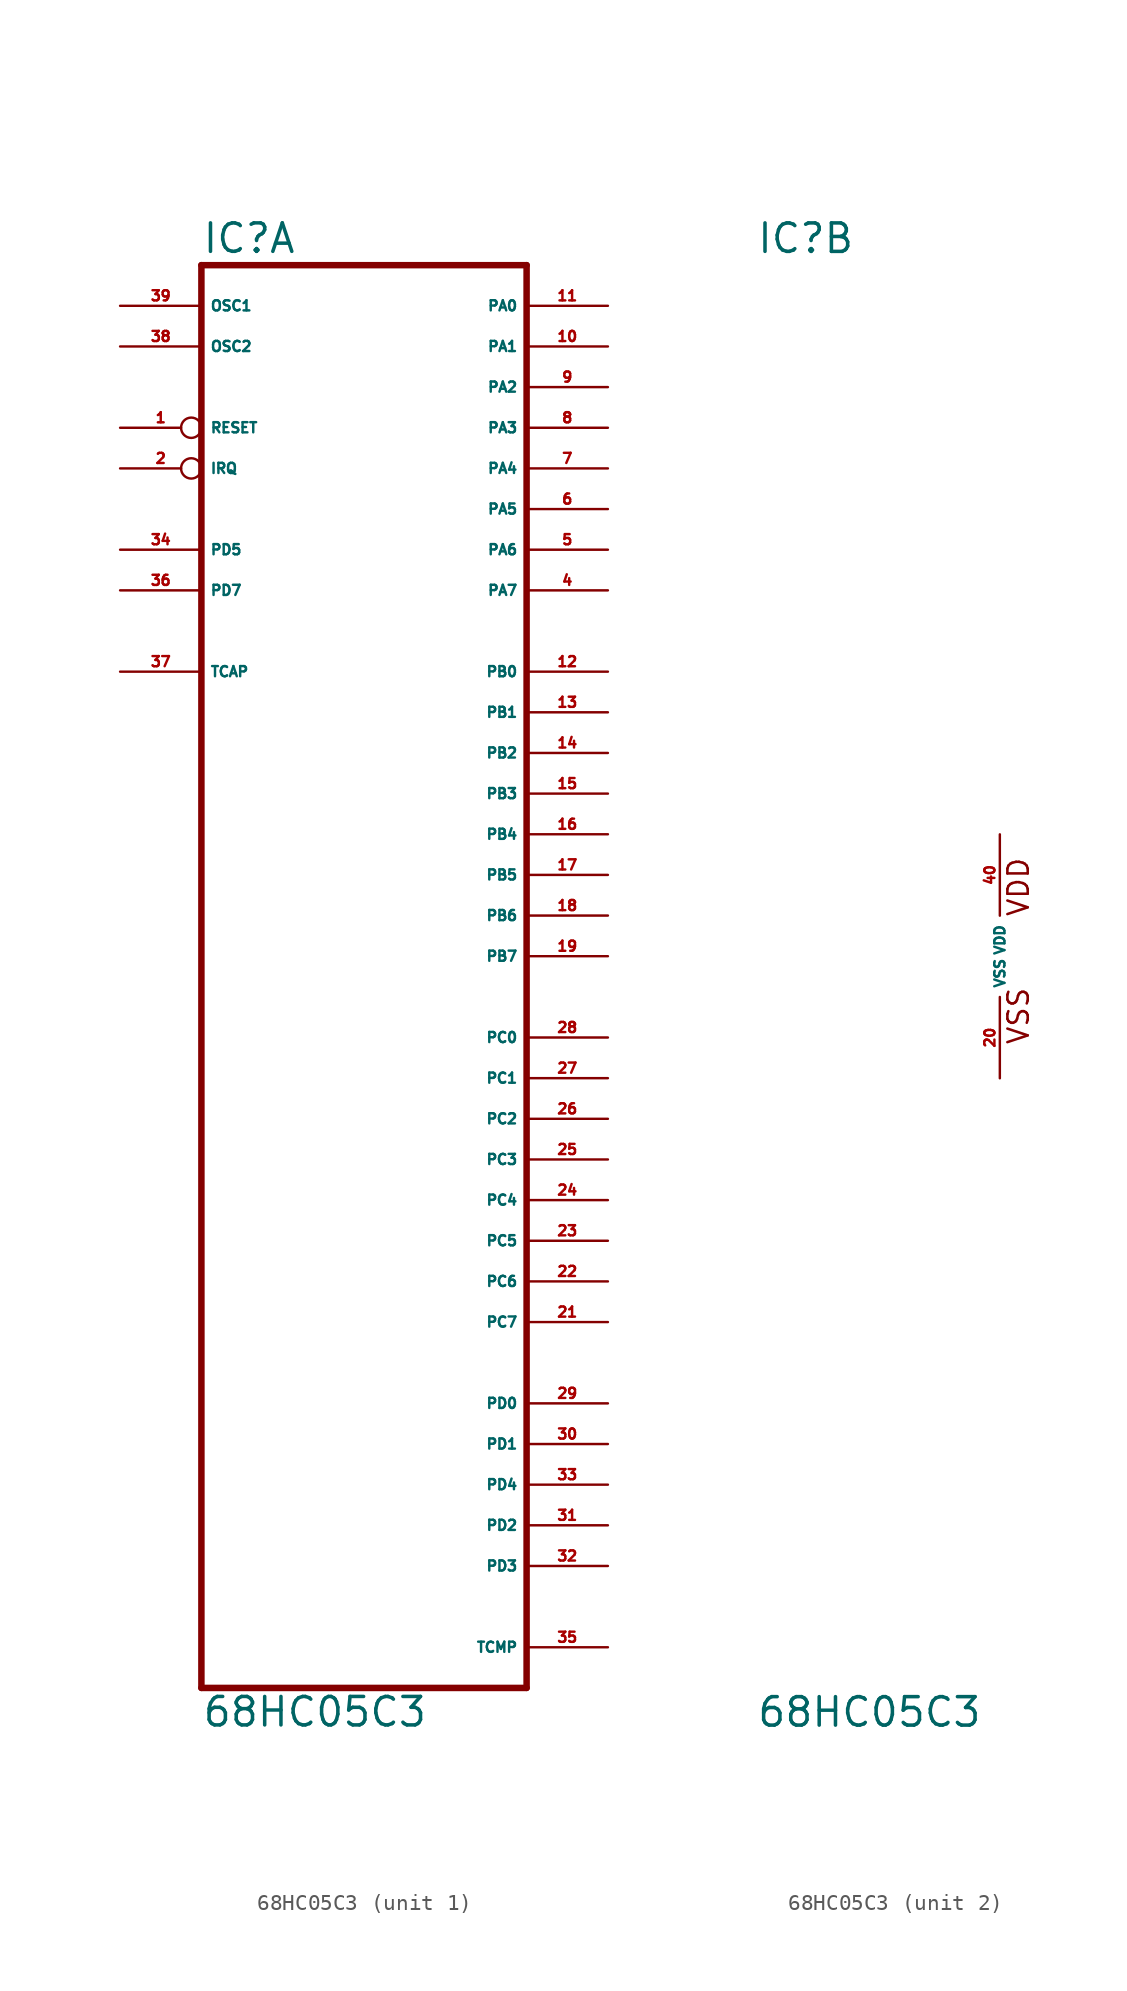
<source format=kicad_sym>
(kicad_symbol_lib
  (version 20220914)
  (generator Eagle2Kicad)
  (symbol "68HC05C3"
    (property "Reference" "IC"
      (at -15.24 43.815 0)
      (effects (font (size 1.778 1.778) (thickness 0.22)) (justify left bottom)))
    (property "Value" "68HC05C3"
      (at -15.24 -48.26 0)
      (effects (font (size 1.778 1.778) (thickness 0.22)) (justify left bottom)))
    (symbol "68HC05C3_1_0"
      (polyline (pts (xy -15.24 -45.72) (xy 5.08 -45.72)) (stroke (width 0.406) (type default)) (fill (type none)))
      (polyline (pts (xy 5.08 -45.72) (xy 5.08 43.18)) (stroke (width 0.406) (type default)) (fill (type none)))
      (polyline (pts (xy 5.08 43.18) (xy -15.24 43.18)) (stroke (width 0.406) (type default)) (fill (type none)))
      (polyline (pts (xy -15.24 43.18) (xy -15.24 -45.72)) (stroke (width 0.406) (type default)) (fill (type none)))
      (pin input inverted (at -20.32 33.02 0) (length 5.08) (name "RESET" (effects (font (size 0.635 0.635) (thickness 0.08)) (justify left bottom))) (number "1" (effects (font (size 0.635 0.635) (thickness 0.08)) (justify left bottom))))
      (pin input inverted (at -20.32 30.48 0) (length 5.08) (name "IRQ" (effects (font (size 0.635 0.635) (thickness 0.08)) (justify left bottom))) (number "2" (effects (font (size 0.635 0.635) (thickness 0.08)) (justify left bottom))))
      (pin bidirectional line (at 10.16 22.86 180) (length 5.08) (name "PA7" (effects (font (size 0.635 0.635) (thickness 0.08)) (justify left bottom))) (number "4" (effects (font (size 0.635 0.635) (thickness 0.08)) (justify left bottom))))
      (pin bidirectional line (at 10.16 25.4 180) (length 5.08) (name "PA6" (effects (font (size 0.635 0.635) (thickness 0.08)) (justify left bottom))) (number "5" (effects (font (size 0.635 0.635) (thickness 0.08)) (justify left bottom))))
      (pin bidirectional line (at 10.16 27.94 180) (length 5.08) (name "PA5" (effects (font (size 0.635 0.635) (thickness 0.08)) (justify left bottom))) (number "6" (effects (font (size 0.635 0.635) (thickness 0.08)) (justify left bottom))))
      (pin bidirectional line (at 10.16 30.48 180) (length 5.08) (name "PA4" (effects (font (size 0.635 0.635) (thickness 0.08)) (justify left bottom))) (number "7" (effects (font (size 0.635 0.635) (thickness 0.08)) (justify left bottom))))
      (pin bidirectional line (at 10.16 33.02 180) (length 5.08) (name "PA3" (effects (font (size 0.635 0.635) (thickness 0.08)) (justify left bottom))) (number "8" (effects (font (size 0.635 0.635) (thickness 0.08)) (justify left bottom))))
      (pin bidirectional line (at 10.16 35.56 180) (length 5.08) (name "PA2" (effects (font (size 0.635 0.635) (thickness 0.08)) (justify left bottom))) (number "9" (effects (font (size 0.635 0.635) (thickness 0.08)) (justify left bottom))))
      (pin bidirectional line (at 10.16 38.1 180) (length 5.08) (name "PA1" (effects (font (size 0.635 0.635) (thickness 0.08)) (justify left bottom))) (number "10" (effects (font (size 0.635 0.635) (thickness 0.08)) (justify left bottom))))
      (pin bidirectional line (at 10.16 40.64 180) (length 5.08) (name "PA0" (effects (font (size 0.635 0.635) (thickness 0.08)) (justify left bottom))) (number "11" (effects (font (size 0.635 0.635) (thickness 0.08)) (justify left bottom))))
      (pin bidirectional line (at 10.16 17.78 180) (length 5.08) (name "PB0" (effects (font (size 0.635 0.635) (thickness 0.08)) (justify left bottom))) (number "12" (effects (font (size 0.635 0.635) (thickness 0.08)) (justify left bottom))))
      (pin bidirectional line (at 10.16 15.24 180) (length 5.08) (name "PB1" (effects (font (size 0.635 0.635) (thickness 0.08)) (justify left bottom))) (number "13" (effects (font (size 0.635 0.635) (thickness 0.08)) (justify left bottom))))
      (pin bidirectional line (at 10.16 12.7 180) (length 5.08) (name "PB2" (effects (font (size 0.635 0.635) (thickness 0.08)) (justify left bottom))) (number "14" (effects (font (size 0.635 0.635) (thickness 0.08)) (justify left bottom))))
      (pin bidirectional line (at 10.16 10.16 180) (length 5.08) (name "PB3" (effects (font (size 0.635 0.635) (thickness 0.08)) (justify left bottom))) (number "15" (effects (font (size 0.635 0.635) (thickness 0.08)) (justify left bottom))))
      (pin bidirectional line (at 10.16 7.62 180) (length 5.08) (name "PB4" (effects (font (size 0.635 0.635) (thickness 0.08)) (justify left bottom))) (number "16" (effects (font (size 0.635 0.635) (thickness 0.08)) (justify left bottom))))
      (pin bidirectional line (at 10.16 5.08 180) (length 5.08) (name "PB5" (effects (font (size 0.635 0.635) (thickness 0.08)) (justify left bottom))) (number "17" (effects (font (size 0.635 0.635) (thickness 0.08)) (justify left bottom))))
      (pin bidirectional line (at 10.16 2.54 180) (length 5.08) (name "PB6" (effects (font (size 0.635 0.635) (thickness 0.08)) (justify left bottom))) (number "18" (effects (font (size 0.635 0.635) (thickness 0.08)) (justify left bottom))))
      (pin bidirectional line (at 10.16 0 180) (length 5.08) (name "PB7" (effects (font (size 0.635 0.635) (thickness 0.08)) (justify left bottom))) (number "19" (effects (font (size 0.635 0.635) (thickness 0.08)) (justify left bottom))))
      (pin bidirectional line (at 10.16 -22.86 180) (length 5.08) (name "PC7" (effects (font (size 0.635 0.635) (thickness 0.08)) (justify left bottom))) (number "21" (effects (font (size 0.635 0.635) (thickness 0.08)) (justify left bottom))))
      (pin bidirectional line (at 10.16 -20.32 180) (length 5.08) (name "PC6" (effects (font (size 0.635 0.635) (thickness 0.08)) (justify left bottom))) (number "22" (effects (font (size 0.635 0.635) (thickness 0.08)) (justify left bottom))))
      (pin bidirectional line (at 10.16 -17.78 180) (length 5.08) (name "PC5" (effects (font (size 0.635 0.635) (thickness 0.08)) (justify left bottom))) (number "23" (effects (font (size 0.635 0.635) (thickness 0.08)) (justify left bottom))))
      (pin bidirectional line (at 10.16 -15.24 180) (length 5.08) (name "PC4" (effects (font (size 0.635 0.635) (thickness 0.08)) (justify left bottom))) (number "24" (effects (font (size 0.635 0.635) (thickness 0.08)) (justify left bottom))))
      (pin bidirectional line (at 10.16 -12.7 180) (length 5.08) (name "PC3" (effects (font (size 0.635 0.635) (thickness 0.08)) (justify left bottom))) (number "25" (effects (font (size 0.635 0.635) (thickness 0.08)) (justify left bottom))))
      (pin bidirectional line (at 10.16 -10.16 180) (length 5.08) (name "PC2" (effects (font (size 0.635 0.635) (thickness 0.08)) (justify left bottom))) (number "26" (effects (font (size 0.635 0.635) (thickness 0.08)) (justify left bottom))))
      (pin bidirectional line (at 10.16 -7.62 180) (length 5.08) (name "PC1" (effects (font (size 0.635 0.635) (thickness 0.08)) (justify left bottom))) (number "27" (effects (font (size 0.635 0.635) (thickness 0.08)) (justify left bottom))))
      (pin bidirectional line (at 10.16 -5.08 180) (length 5.08) (name "PC0" (effects (font (size 0.635 0.635) (thickness 0.08)) (justify left bottom))) (number "28" (effects (font (size 0.635 0.635) (thickness 0.08)) (justify left bottom))))
      (pin bidirectional line (at 10.16 -27.94 180) (length 5.08) (name "PD0" (effects (font (size 0.635 0.635) (thickness 0.08)) (justify left bottom))) (number "29" (effects (font (size 0.635 0.635) (thickness 0.08)) (justify left bottom))))
      (pin bidirectional line (at 10.16 -30.48 180) (length 5.08) (name "PD1" (effects (font (size 0.635 0.635) (thickness 0.08)) (justify left bottom))) (number "30" (effects (font (size 0.635 0.635) (thickness 0.08)) (justify left bottom))))
      (pin bidirectional line (at 10.16 -35.56 180) (length 5.08) (name "PD2" (effects (font (size 0.635 0.635) (thickness 0.08)) (justify left bottom))) (number "31" (effects (font (size 0.635 0.635) (thickness 0.08)) (justify left bottom))))
      (pin bidirectional line (at 10.16 -38.1 180) (length 5.08) (name "PD3" (effects (font (size 0.635 0.635) (thickness 0.08)) (justify left bottom))) (number "32" (effects (font (size 0.635 0.635) (thickness 0.08)) (justify left bottom))))
      (pin bidirectional line (at 10.16 -33.02 180) (length 5.08) (name "PD4" (effects (font (size 0.635 0.635) (thickness 0.08)) (justify left bottom))) (number "33" (effects (font (size 0.635 0.635) (thickness 0.08)) (justify left bottom))))
      (pin input line (at -20.32 25.4 0) (length 5.08) (name "PD5" (effects (font (size 0.635 0.635) (thickness 0.08)) (justify left bottom))) (number "34" (effects (font (size 0.635 0.635) (thickness 0.08)) (justify left bottom))))
      (pin output line (at 10.16 -43.18 180) (length 5.08) (name "TCMP" (effects (font (size 0.635 0.635) (thickness 0.08)) (justify left bottom))) (number "35" (effects (font (size 0.635 0.635) (thickness 0.08)) (justify left bottom))))
      (pin input line (at -20.32 22.86 0) (length 5.08) (name "PD7" (effects (font (size 0.635 0.635) (thickness 0.08)) (justify left bottom))) (number "36" (effects (font (size 0.635 0.635) (thickness 0.08)) (justify left bottom))))
      (pin input line (at -20.32 17.78 0) (length 5.08) (name "TCAP" (effects (font (size 0.635 0.635) (thickness 0.08)) (justify left bottom))) (number "37" (effects (font (size 0.635 0.635) (thickness 0.08)) (justify left bottom))))
      (pin passive line (at -20.32 38.1 0) (length 5.08) (name "OSC2" (effects (font (size 0.635 0.635) (thickness 0.08)) (justify left bottom))) (number "38" (effects (font (size 0.635 0.635) (thickness 0.08)) (justify left bottom))))
      (pin input line (at -20.32 40.64 0) (length 5.08) (name "OSC1" (effects (font (size 0.635 0.635) (thickness 0.08)) (justify left bottom))) (number "39" (effects (font (size 0.635 0.635) (thickness 0.08)) (justify left bottom)))))
    (symbol "68HC05C3_2_0"
      (text "VSS" (at 1.905 -5.588 900) (effects (font (size 1.27 1.27) (thickness 0.16)) (justify left bottom)))
      (text "VDD" (at 1.905 2.413 900) (effects (font (size 1.27 1.27) (thickness 0.16)) (justify left bottom)))
      (pin unspecified line (at 0 -7.62 90) (length 5.08) (name "VSS" (effects (font (size 0.635 0.635) (thickness 0.08)) (justify left bottom))) (number "20" (effects (font (size 0.635 0.635) (thickness 0.08)) (justify left bottom))))
      (pin unspecified line (at 0 7.62 270) (length 5.08) (name "VDD" (effects (font (size 0.635 0.635) (thickness 0.08)) (justify left bottom))) (number "40" (effects (font (size 0.635 0.635) (thickness 0.08)) (justify left bottom)))))))
</source>
